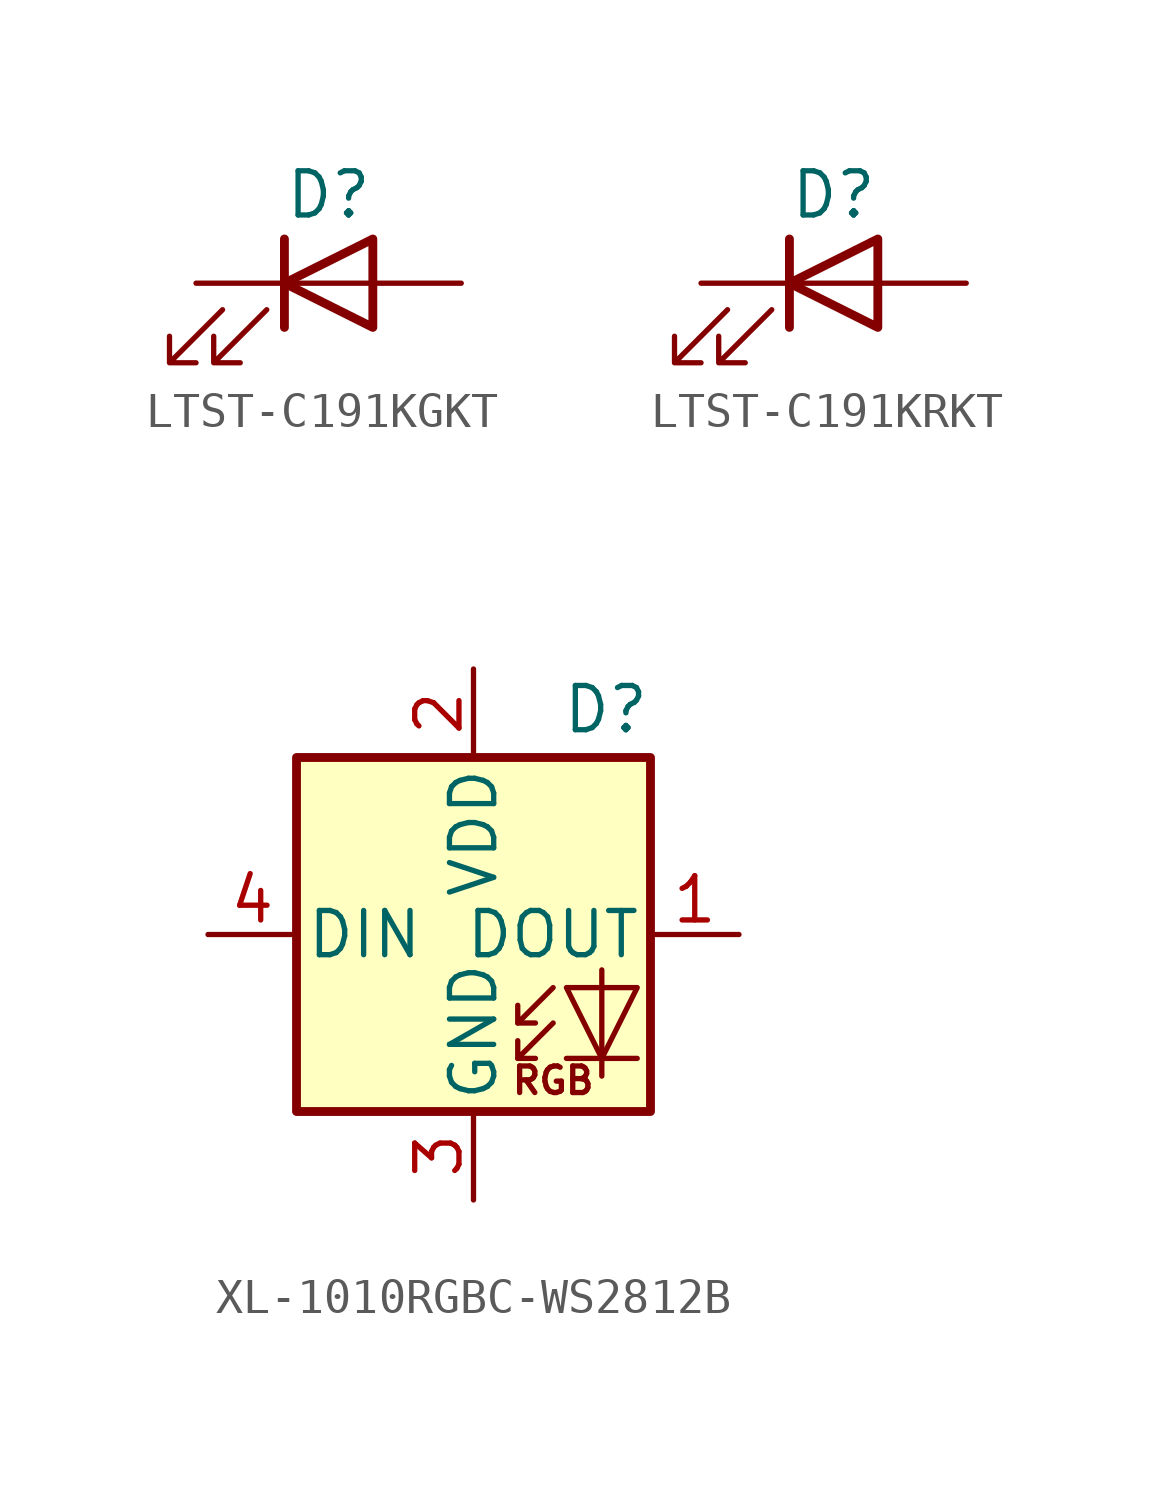
<source format=kicad_sym>
(kicad_symbol_lib
  (version 20231120)
  (generator "kicad_symbol_editor")
  (generator_version "8.0")
  (symbol "LTST-C191KGKT"
    (pin_numbers hide)
    (pin_names
      (offset 1.016) hide)
    (property "Reference" "D"
      (at 0 2.54 0)
      (effects (font (size 1.27 1.27))))
    (symbol "LTST-C191KGKT_0_1"
      (polyline (pts (xy -1.27 -1.27) (xy -1.27 1.27)) (stroke (width 0.254) (type default)) (fill (type none)))
      (polyline (pts (xy -1.27 0) (xy 1.27 0)) (stroke (width 0) (type default)) (fill (type none)))
      (polyline (pts (xy 1.27 -1.27) (xy 1.27 1.27) (xy -1.27 0) (xy 1.27 -1.27)) (stroke (width 0.254) (type default)) (fill (type none)))
      (polyline (pts (xy -3.048 -0.762) (xy -4.572 -2.286) (xy -3.81 -2.286) (xy -4.572 -2.286) (xy -4.572 -1.524)) (stroke (width 0) (type default)) (fill (type none)))
      (polyline (pts (xy -1.778 -0.762) (xy -3.302 -2.286) (xy -2.54 -2.286) (xy -3.302 -2.286) (xy -3.302 -1.524)) (stroke (width 0) (type default)) (fill (type none))))
    (symbol "LTST-C191KGKT_1_1"
      (pin passive line (at -3.81 0 0) (length 2.54) (name "K" (effects (font (size 1.27 1.27)))) (number "1" (effects (font (size 1.27 1.27)))))
      (pin passive line (at 3.81 0 180) (length 2.54) (name "A" (effects (font (size 1.27 1.27)))) (number "2" (effects (font (size 1.27 1.27)))))))
  (symbol "LTST-C191KRKT"
    (pin_numbers hide)
    (pin_names
      (offset 1.016) hide)
    (property "Reference" "D"
      (at 0 2.54 0)
      (effects (font (size 1.27 1.27))))
    (symbol "LTST-C191KRKT_0_1"
      (polyline (pts (xy -1.27 -1.27) (xy -1.27 1.27)) (stroke (width 0.254) (type default)) (fill (type none)))
      (polyline (pts (xy -1.27 0) (xy 1.27 0)) (stroke (width 0) (type default)) (fill (type none)))
      (polyline (pts (xy 1.27 -1.27) (xy 1.27 1.27) (xy -1.27 0) (xy 1.27 -1.27)) (stroke (width 0.254) (type default)) (fill (type none)))
      (polyline (pts (xy -3.048 -0.762) (xy -4.572 -2.286) (xy -3.81 -2.286) (xy -4.572 -2.286) (xy -4.572 -1.524)) (stroke (width 0) (type default)) (fill (type none)))
      (polyline (pts (xy -1.778 -0.762) (xy -3.302 -2.286) (xy -2.54 -2.286) (xy -3.302 -2.286) (xy -3.302 -1.524)) (stroke (width 0) (type default)) (fill (type none))))
    (symbol "LTST-C191KRKT_1_1"
      (pin passive line (at -3.81 0 0) (length 2.54) (name "K" (effects (font (size 1.27 1.27)))) (number "1" (effects (font (size 1.27 1.27)))))
      (pin passive line (at 3.81 0 180) (length 2.54) (name "A" (effects (font (size 1.27 1.27)))) (number "2" (effects (font (size 1.27 1.27)))))))
  (symbol "XL-1010RGBC-WS2812B"
    (pin_names
      (offset 0.254))
    (property "Reference" "D"
      (at 5.08 5.715 0)
      (effects (font (size 1.27 1.27)) (justify right bottom)))
    (symbol "XL-1010RGBC-WS2812B_0_0"
      (text "RGB" (at 2.286 -4.191 0) (effects (font (size 0.762 0.762)))))
    (symbol "XL-1010RGBC-WS2812B_0_1"
      (polyline (pts (xy 1.27 -3.556) (xy 1.778 -3.556)) (stroke (width 0) (type default)) (fill (type none)))
      (polyline (pts (xy 1.27 -2.54) (xy 1.778 -2.54)) (stroke (width 0) (type default)) (fill (type none)))
      (polyline (pts (xy 4.699 -3.556) (xy 2.667 -3.556)) (stroke (width 0) (type default)) (fill (type none)))
      (polyline (pts (xy 2.286 -2.54) (xy 1.27 -3.556) (xy 1.27 -3.048)) (stroke (width 0) (type default)) (fill (type none)))
      (polyline (pts (xy 2.286 -1.524) (xy 1.27 -2.54) (xy 1.27 -2.032)) (stroke (width 0) (type default)) (fill (type none)))
      (polyline (pts (xy 3.683 -1.016) (xy 3.683 -3.556) (xy 3.683 -4.064)) (stroke (width 0) (type default)) (fill (type none)))
      (polyline (pts (xy 4.699 -1.524) (xy 2.667 -1.524) (xy 3.683 -3.556) (xy 4.699 -1.524)) (stroke (width 0) (type default)) (fill (type none)))
      (rectangle (start 5.08 5.08) (end -5.08 -5.08) (stroke (width 0.254) (type default)) (fill (type background))))
    (symbol "XL-1010RGBC-WS2812B_1_1"
      (pin output line (at 7.62 0 180) (length 2.54) (name "DOUT" (effects (font (size 1.27 1.27)))) (number "1" (effects (font (size 1.27 1.27)))))
      (pin power_in line (at 0 7.62 270) (length 2.54) (name "VDD" (effects (font (size 1.27 1.27)))) (number "2" (effects (font (size 1.27 1.27)))))
      (pin power_in line (at 0 -7.62 90) (length 2.54) (name "GND" (effects (font (size 1.27 1.27)))) (number "3" (effects (font (size 1.27 1.27)))))
      (pin input line (at -7.62 0 0) (length 2.54) (name "DIN" (effects (font (size 1.27 1.27)))) (number "4" (effects (font (size 1.27 1.27))))))))
</source>
